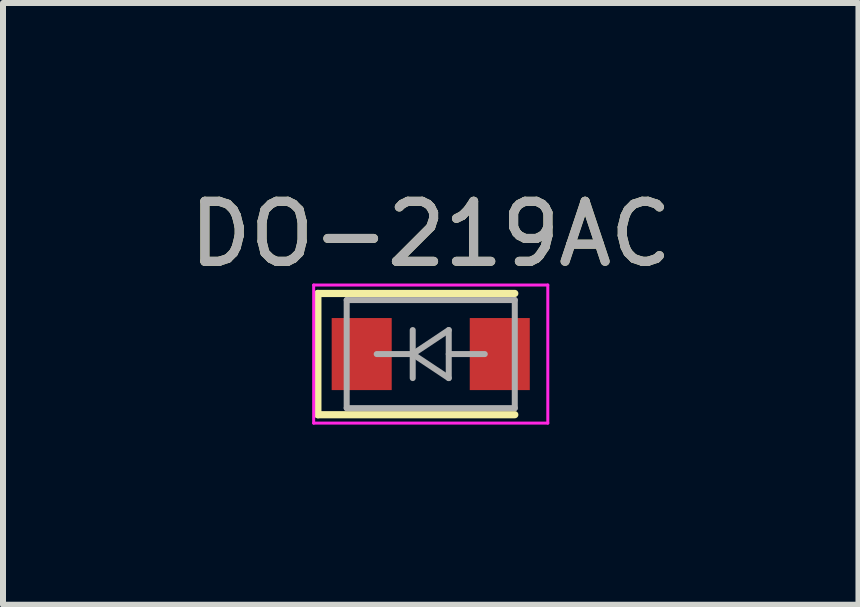
<source format=kicad_pcb>
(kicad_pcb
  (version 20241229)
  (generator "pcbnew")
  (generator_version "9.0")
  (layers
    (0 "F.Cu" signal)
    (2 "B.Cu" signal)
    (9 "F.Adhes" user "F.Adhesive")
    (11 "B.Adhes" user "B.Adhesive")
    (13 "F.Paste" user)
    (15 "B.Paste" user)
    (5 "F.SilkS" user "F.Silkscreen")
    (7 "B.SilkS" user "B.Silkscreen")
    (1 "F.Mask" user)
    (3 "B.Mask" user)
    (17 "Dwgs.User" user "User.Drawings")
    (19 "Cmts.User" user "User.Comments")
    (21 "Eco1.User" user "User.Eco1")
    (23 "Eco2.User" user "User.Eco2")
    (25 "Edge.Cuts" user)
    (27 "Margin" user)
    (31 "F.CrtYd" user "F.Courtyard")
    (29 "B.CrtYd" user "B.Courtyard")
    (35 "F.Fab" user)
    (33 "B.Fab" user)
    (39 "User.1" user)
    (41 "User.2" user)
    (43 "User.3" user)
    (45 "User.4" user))
  (footprint "DO-219AC"
    (layer "F.Cu")
    (at 4.125 2.848)
    (property "Reference" "DO-219AC" (at 0 -2 0) (layer "F.SilkS") (effects (font (size 1 1) (thickness 0.15))))
    (attr smd)
    (fp_line (start -1.88 -1.01) (end -1.88 1.01) (stroke (width 0.12) (type solid)) (layer "F.SilkS"))
    (fp_line (start -1.88 -1.01) (end 1.4 -1.01) (stroke (width 0.12) (type solid)) (layer "F.SilkS"))
    (fp_line (start -1.88 1.01) (end 1.4 1.01) (stroke (width 0.12) (type solid)) (layer "F.SilkS"))
    (fp_line (start -1.95 -1.15) (end 1.95 -1.15) (stroke (width 0.05) (type solid)) (layer "F.CrtYd"))
    (fp_line (start -1.95 1.15) (end -1.95 -1.15) (stroke (width 0.05) (type solid)) (layer "F.CrtYd"))
    (fp_line (start 1.95 -1.15) (end 1.95 1.15) (stroke (width 0.05) (type solid)) (layer "F.CrtYd"))
    (fp_line (start 1.95 1.15) (end -1.95 1.15) (stroke (width 0.05) (type solid)) (layer "F.CrtYd"))
    (fp_line (start -1.4 0.9) (end -1.4 -0.9) (stroke (width 0.1) (type solid)) (layer "F.Fab"))
    (fp_line (start -0.3 -0.4) (end -0.3 0.4) (stroke (width 0.1) (type solid)) (layer "F.Fab"))
    (fp_line (start -0.3 0) (end -0.9 0) (stroke (width 0.1) (type solid)) (layer "F.Fab"))
    (fp_line (start -0.3 0) (end 0.3 -0.4) (stroke (width 0.1) (type solid)) (layer "F.Fab"))
    (fp_line (start -0.3 0.001) (end 0.3 0.4) (stroke (width 0.1) (type solid)) (layer "F.Fab"))
    (fp_line (start 0.3 0) (end 0.9 0) (stroke (width 0.1) (type solid)) (layer "F.Fab"))
    (fp_line (start 0.3 0.4) (end 0.3 -0.4) (stroke (width 0.1) (type solid)) (layer "F.Fab"))
    (fp_line (start 1.4 -0.9) (end -1.4 -0.9) (stroke (width 0.1) (type solid)) (layer "F.Fab"))
    (fp_line (start 1.4 -0.9) (end 1.4 0.9) (stroke (width 0.1) (type solid)) (layer "F.Fab"))
    (fp_line (start 1.4 0.9) (end -1.4 0.9) (stroke (width 0.1) (type solid)) (layer "F.Fab"))
    (fp_text user "${REFERENCE}" (at 0 -2 0) (layer "F.Fab") (effects (font (size 1 1) (thickness 0.15))))
    (pad "1" smd rect (at -1.15 0) (size 1 1.2) (layers "F.Cu" "F.Mask" "F.Paste"))
    (pad "2" smd rect (at 1.15 0) (size 1 1.2) (layers "F.Cu" "F.Mask" "F.Paste")))
  (gr_rect
    (start -3 -3)
    (end 11.25 7.023)
    (stroke (width 0.1) (type default))
    (fill no)
    (layer "Edge.Cuts")))
</source>
